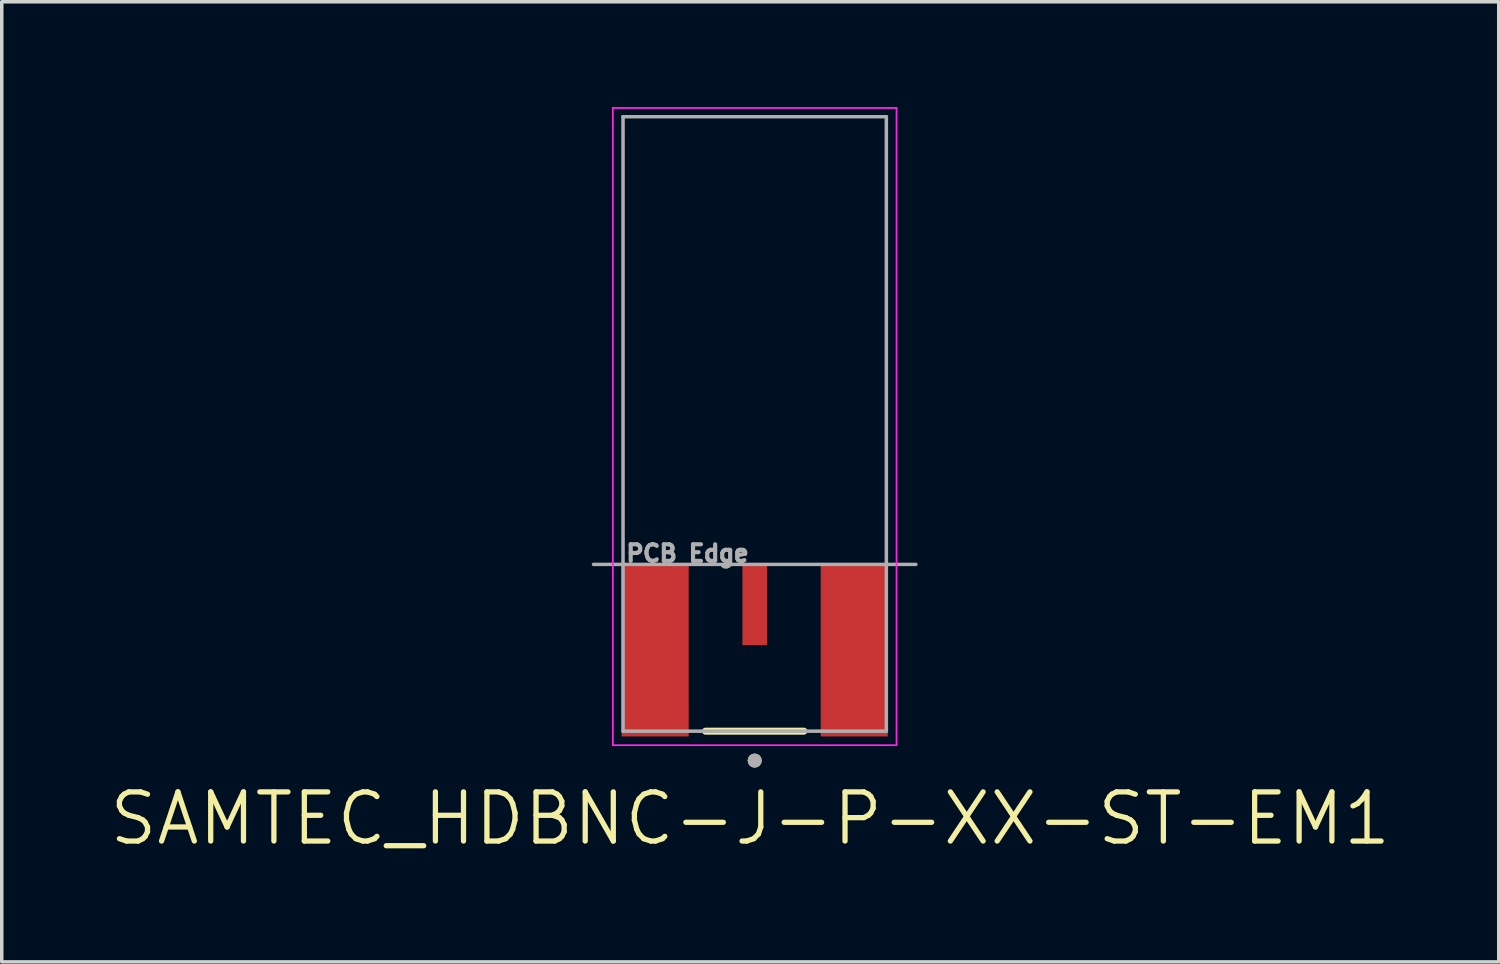
<source format=kicad_pcb>
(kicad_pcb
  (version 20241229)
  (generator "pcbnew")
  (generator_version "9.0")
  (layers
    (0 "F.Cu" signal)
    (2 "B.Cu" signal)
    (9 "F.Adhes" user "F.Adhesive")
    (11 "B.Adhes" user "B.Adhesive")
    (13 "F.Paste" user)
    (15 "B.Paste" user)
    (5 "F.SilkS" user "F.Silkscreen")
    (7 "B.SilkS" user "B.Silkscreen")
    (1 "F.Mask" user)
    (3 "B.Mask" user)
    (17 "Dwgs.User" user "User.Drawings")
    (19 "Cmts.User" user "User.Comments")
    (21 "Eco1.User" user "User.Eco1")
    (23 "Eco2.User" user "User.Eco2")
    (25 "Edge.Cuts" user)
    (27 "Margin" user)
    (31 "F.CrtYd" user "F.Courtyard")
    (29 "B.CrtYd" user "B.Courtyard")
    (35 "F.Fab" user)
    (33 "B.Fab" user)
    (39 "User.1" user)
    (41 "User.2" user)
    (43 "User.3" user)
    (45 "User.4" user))
  (footprint "SAMTEC_HDBNC-J-P-XX-ST-EM1"
    (layer "F.Cu")
    (at 18.445 14.175)
    (property "Reference" "SAMTEC_HDBNC-J-P-XX-ST-EM1" (at -0.127 6.089 0) (layer "F.SilkS") (effects (font (size 1.4 1.4) (thickness 0.15))))
    (attr smd)
    (fp_line (start 1.4 3.6) (end -1.4 3.6) (stroke (width 0.2) (type solid)) (layer "F.SilkS"))
    (fp_circle (center 0 4.438) (end 0.1 4.438) (stroke (width 0.2) (type solid)) (fill no) (layer "F.SilkS"))
    (fp_line (start -4.04 4) (end -4.04 -14.15) (stroke (width 0.05) (type solid)) (layer "F.CrtYd"))
    (fp_line (start 4.04 -14.15) (end -4.04 -14.15) (stroke (width 0.05) (type solid)) (layer "F.CrtYd"))
    (fp_line (start 4.04 4) (end -4.04 4) (stroke (width 0.05) (type solid)) (layer "F.CrtYd"))
    (fp_line (start 4.04 4) (end 4.04 -14.15) (stroke (width 0.05) (type solid)) (layer "F.CrtYd"))
    (fp_line (start -3.75 -1.15) (end -4.59 -1.15) (stroke (width 0.1) (type solid)) (layer "F.Fab"))
    (fp_line (start -3.75 -1.15) (end -3.75 -13.9) (stroke (width 0.1) (type solid)) (layer "F.Fab"))
    (fp_line (start -3.75 -1.15) (end -3.75 3.6) (stroke (width 0.1) (type solid)) (layer "F.Fab"))
    (fp_line (start 3.75 -13.9) (end -3.75 -13.9) (stroke (width 0.1) (type solid)) (layer "F.Fab"))
    (fp_line (start 3.75 -1.15) (end -3.75 -1.15) (stroke (width 0.1) (type solid)) (layer "F.Fab"))
    (fp_line (start 3.75 -1.15) (end 3.75 -13.9) (stroke (width 0.1) (type solid)) (layer "F.Fab"))
    (fp_line (start 3.75 -1.15) (end 3.75 3.6) (stroke (width 0.1) (type solid)) (layer "F.Fab"))
    (fp_line (start 3.75 -1.15) (end 4.59 -1.15) (stroke (width 0.1) (type solid)) (layer "F.Fab"))
    (fp_line (start 3.75 3.6) (end -3.75 3.6) (stroke (width 0.1) (type solid)) (layer "F.Fab"))
    (fp_circle (center 0 4.438) (end 0.1 4.438) (stroke (width 0.2) (type solid)) (fill no) (layer "F.Fab"))
    (fp_text user "PCB Edge" (at -1.913 -1.463 0) (layer "F.Fab") (effects (font (size 0.472 0.472) (thickness 0.15))))
    (pad "1" smd rect (at 0 0) (size 0.7 2.3) (layers "F.Cu" "F.Mask" "F.Paste"))
    (pad "S1" smd rect (at -2.835 1.3) (size 1.91 4.9) (layers "F.Cu" "F.Mask" "F.Paste"))
    (pad "S1" smd rect (at 2.835 1.3) (size 1.91 4.9) (layers "F.Cu" "F.Mask" "F.Paste")))
  (gr_rect
    (start -3 -3)
    (end 39.637 24.346)
    (stroke (width 0.1) (type default))
    (fill no)
    (layer "Edge.Cuts")))
</source>
